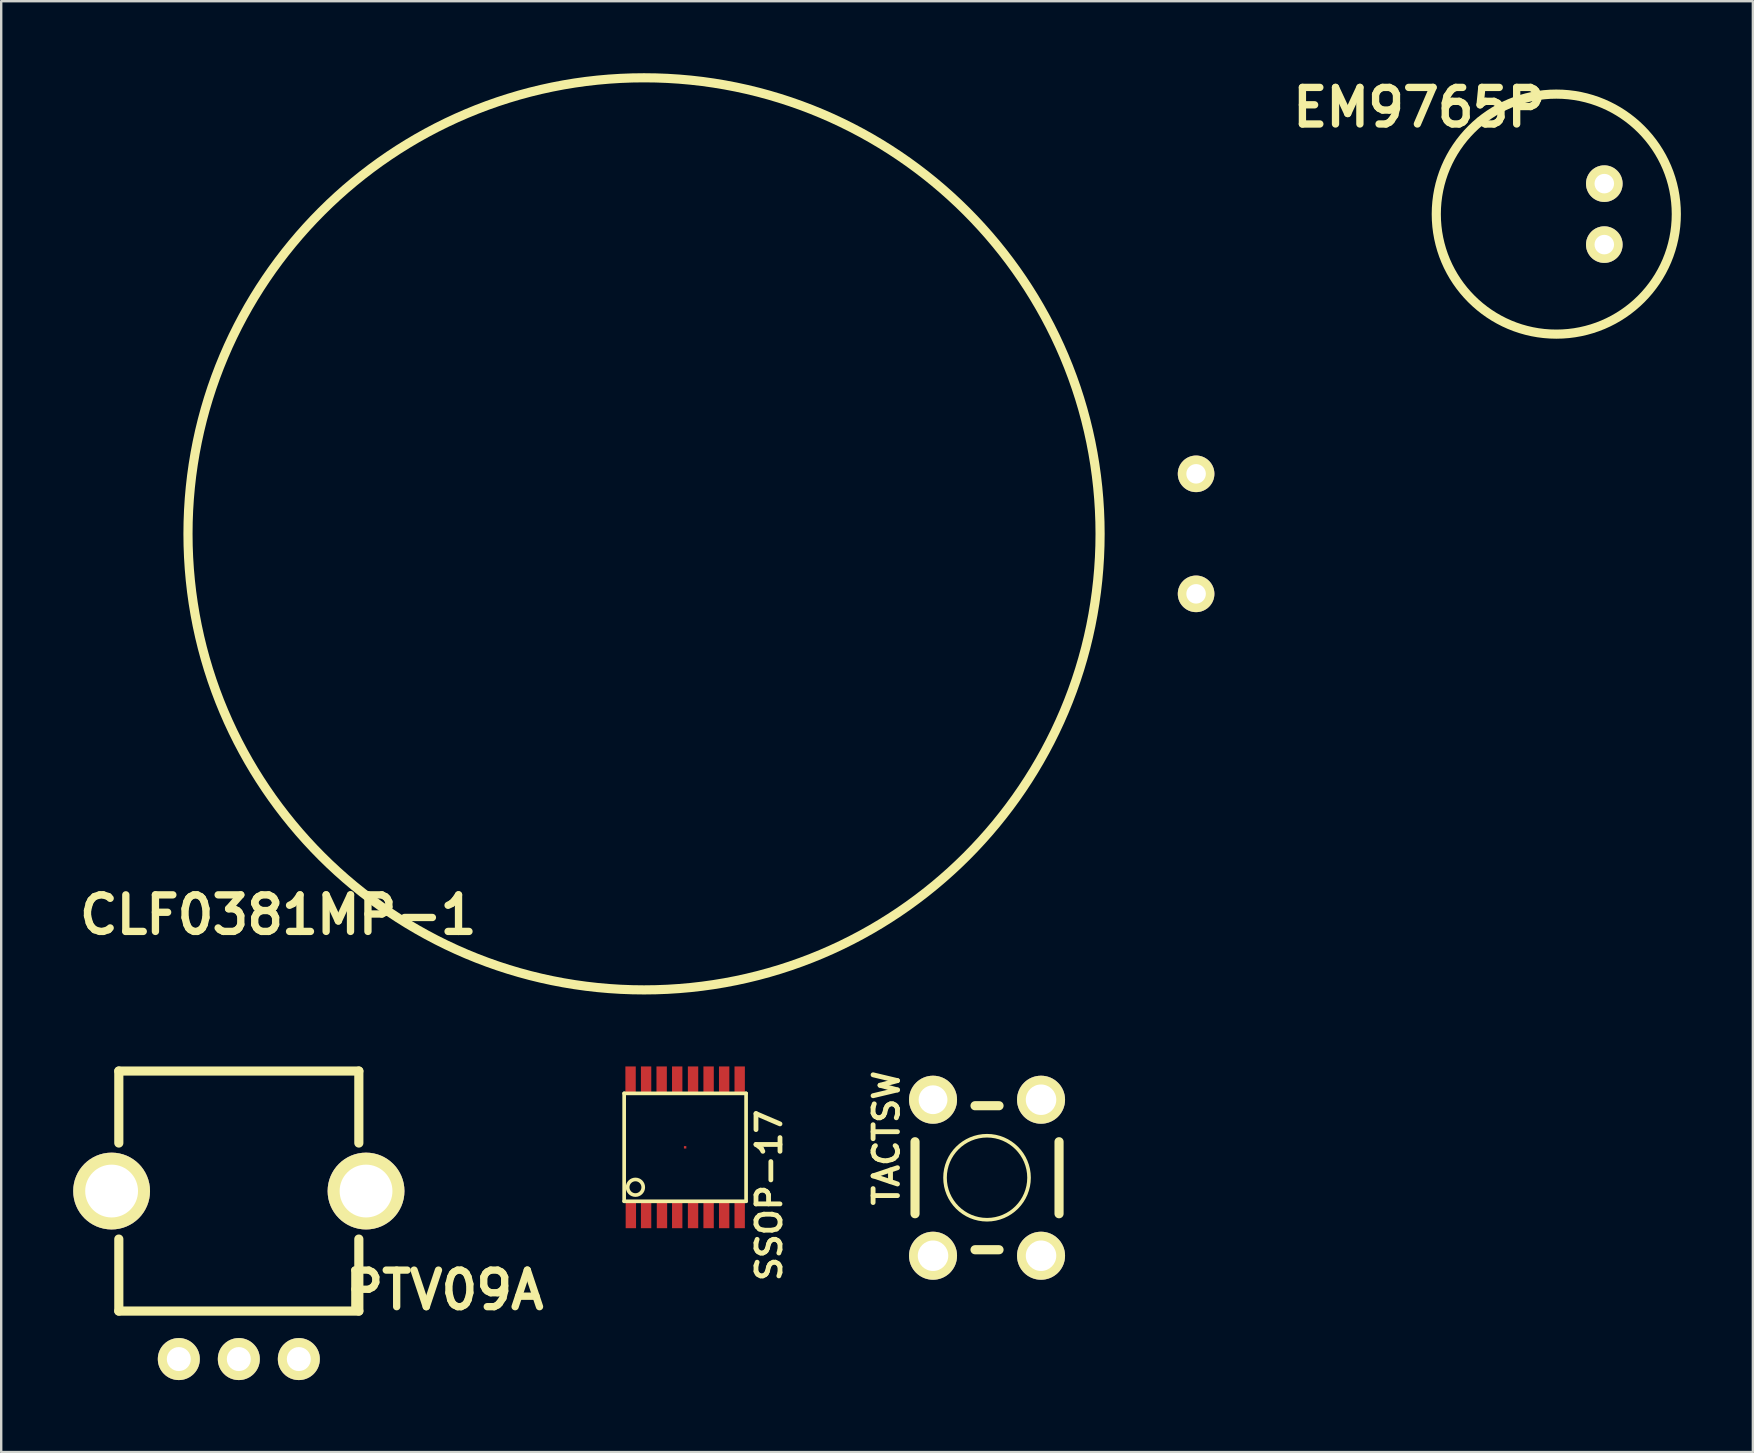
<source format=kicad_pcb>
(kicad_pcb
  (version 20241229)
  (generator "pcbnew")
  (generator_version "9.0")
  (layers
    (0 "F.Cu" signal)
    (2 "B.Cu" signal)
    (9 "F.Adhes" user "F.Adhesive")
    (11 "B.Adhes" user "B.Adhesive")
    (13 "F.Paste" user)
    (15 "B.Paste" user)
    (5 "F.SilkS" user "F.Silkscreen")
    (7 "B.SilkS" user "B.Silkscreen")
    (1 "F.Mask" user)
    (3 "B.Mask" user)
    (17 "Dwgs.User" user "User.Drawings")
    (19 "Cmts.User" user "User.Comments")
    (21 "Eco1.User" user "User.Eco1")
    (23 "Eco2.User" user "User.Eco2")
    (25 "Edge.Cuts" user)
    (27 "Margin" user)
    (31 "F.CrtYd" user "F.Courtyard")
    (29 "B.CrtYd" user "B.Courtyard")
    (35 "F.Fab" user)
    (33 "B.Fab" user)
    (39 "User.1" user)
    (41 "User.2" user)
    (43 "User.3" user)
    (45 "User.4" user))
  (footprint "PTV09A"
    (placed yes)
    (layer "F.Cu")
    (at 6.9 46.572)
    (property "Reference" "PTV09A" (at 8.572 4.128 0) (layer "F.SilkS") (effects (font (size 1.524 1.524) (thickness 0.305))))
    (attr through_hole)
    (fp_line (start -5 -5) (end 5 -5) (stroke (width 0.381) (type solid)) (layer "F.SilkS"))
    (fp_line (start -5 -2) (end -5 -5) (stroke (width 0.381) (type solid)) (layer "F.SilkS"))
    (fp_line (start -5 5) (end -5 2) (stroke (width 0.381) (type solid)) (layer "F.SilkS"))
    (fp_line (start 5 -5) (end 5 -2) (stroke (width 0.381) (type solid)) (layer "F.SilkS"))
    (fp_line (start 5 2) (end 5 5) (stroke (width 0.381) (type solid)) (layer "F.SilkS"))
    (fp_line (start 5 5) (end -5 5) (stroke (width 0.381) (type solid)) (layer "F.SilkS"))
    (pad "1" thru_hole circle (at -2.5 7) (size 1.75 1.75) (drill 1) (layers "*.Cu" "*.Mask" "F.SilkS"))
    (pad "2" thru_hole circle (at 0 7) (size 1.75 1.75) (drill 1) (layers "*.Cu" "*.Mask" "F.SilkS"))
    (pad "3" thru_hole circle (at 2.5 7) (size 1.75 1.75) (drill 1) (layers "*.Cu" "*.Mask" "F.SilkS"))
    (pad "4" thru_hole circle (at 5.3 0) (size 3.2 3.2) (drill 2.2) (layers "*.Cu" "*.Mask" "F.SilkS"))
    (pad "5" thru_hole circle (at -5.3 0) (size 3.2 3.2) (drill 2.2) (layers "*.Cu" "*.Mask" "F.SilkS")))
  (footprint "EM9765P"
    (placed yes)
    (layer "F.Cu")
    (at 61.789 5.871)
    (property "Reference" "EM9765P" (at -5.715 -4.445 0) (layer "F.SilkS") (effects (font (size 1.524 1.524) (thickness 0.305))))
    (attr through_hole)
    (fp_circle (center 0 0) (end 0 -5) (stroke (width 0.381) (type solid)) (fill no) (layer "F.SilkS"))
    (pad "1" thru_hole circle (at 2 -1.27) (size 1.524 1.524) (drill 0.813) (layers "*.Cu" "*.Mask" "F.SilkS"))
    (pad "2" thru_hole circle (at 2 1.27) (size 1.524 1.524) (drill 0.813) (layers "*.Cu" "*.Mask" "F.SilkS")))
  (footprint "CLF0381MP-1"
    (placed yes)
    (layer "F.Cu")
    (at 23.782 19.191)
    (property "Reference" "CLF0381MP-1" (at -15.24 15.875 0) (layer "F.SilkS") (effects (font (size 1.524 1.524) (thickness 0.305))))
    (attr through_hole)
    (fp_circle (center 0 0) (end 19 0) (stroke (width 0.381) (type solid)) (fill no) (layer "F.SilkS"))
    (pad "1" thru_hole circle (at 23 -2.5) (size 1.524 1.524) (drill 0.813) (layers "*.Cu" "*.Mask" "F.SilkS"))
    (pad "2" thru_hole circle (at 23 2.5) (size 1.524 1.524) (drill 0.813) (layers "*.Cu" "*.Mask" "F.SilkS")))
  (footprint "SSOP-17"
    (layer "F.Cu")
    (at 25.494 44.75)
    (property "Reference" "SSOP-17" (at 3.5 2 90) (layer "F.SilkS") (effects (font (size 1 1) (thickness 0.2))))
    (attr smd)
    (fp_line (start -2.54 -2.248) (end -2.54 2.248) (stroke (width 0.152) (type solid)) (layer "F.SilkS"))
    (fp_line (start -2.54 2.248) (end 2.54 2.248) (stroke (width 0.152) (type solid)) (layer "F.SilkS"))
    (fp_line (start 2.54 -2.248) (end -2.54 -2.248) (stroke (width 0.152) (type solid)) (layer "F.SilkS"))
    (fp_line (start 2.54 2.248) (end 2.54 -2.248) (stroke (width 0.152) (type solid)) (layer "F.SilkS"))
    (fp_circle (center -2.07 1.664) (end -2.273 1.918) (stroke (width 0.152) (type solid)) (fill no) (layer "F.SilkS"))
    (pad "1" smd rect (at -2.261 2.794) (size 0.432 1.151) (layers "F.Cu" "F.Mask" "F.Paste"))
    (pad "2" smd rect (at -1.626 2.794) (size 0.432 1.151) (layers "F.Cu" "F.Mask" "F.Paste"))
    (pad "3" smd rect (at -0.965 2.794) (size 0.432 1.151) (layers "F.Cu" "F.Mask" "F.Paste"))
    (pad "4" smd rect (at -0.33 2.794) (size 0.432 1.151) (layers "F.Cu" "F.Mask" "F.Paste"))
    (pad "5" smd rect (at 0 0) (size 0.1 0.1) (layers "F.Cu" "F.Mask" "F.Paste"))
    (pad "5" smd rect (at 0.33 2.794) (size 0.432 1.151) (layers "F.Cu" "F.Mask" "F.Paste"))
    (pad "6" smd rect (at 0.978 2.794) (size 0.432 1.151) (layers "F.Cu" "F.Mask" "F.Paste"))
    (pad "7" smd rect (at 1.626 2.794) (size 0.432 1.151) (layers "F.Cu" "F.Mask" "F.Paste"))
    (pad "8" smd rect (at 2.273 2.794) (size 0.432 1.151) (layers "F.Cu" "F.Mask" "F.Paste"))
    (pad "9" smd rect (at 2.273 -2.794) (size 0.432 1.151) (layers "F.Cu" "F.Mask" "F.Paste"))
    (pad "10" smd rect (at 1.626 -2.794) (size 0.432 1.151) (layers "F.Cu" "F.Mask" "F.Paste"))
    (pad "11" smd rect (at 0.978 -2.794) (size 0.432 1.151) (layers "F.Cu" "F.Mask" "F.Paste"))
    (pad "12" smd rect (at 0.33 -2.794) (size 0.432 1.151) (layers "F.Cu" "F.Mask" "F.Paste"))
    (pad "13" smd rect (at -0.33 -2.794) (size 0.432 1.151) (layers "F.Cu" "F.Mask" "F.Paste"))
    (pad "14" smd rect (at -0.978 -2.794) (size 0.432 1.151) (layers "F.Cu" "F.Mask" "F.Paste"))
    (pad "15" smd rect (at -1.626 -2.794) (size 0.432 1.151) (layers "F.Cu" "F.Mask" "F.Paste"))
    (pad "16" smd rect (at -2.273 -2.794) (size 0.432 1.151) (layers "F.Cu" "F.Mask" "F.Paste")))
  (footprint "TACTSW"
    (layer "F.Cu")
    (at 38.072 46.017)
    (property "Reference" "TACTSW" (at -4.191 -1.651 90) (layer "F.SilkS") (effects (font (size 1.016 1.016) (thickness 0.203))))
    (attr through_hole)
    (fp_line (start -3 -1.5) (end -3 1.5) (stroke (width 0.381) (type solid)) (layer "F.SilkS"))
    (fp_line (start -0.5 -3) (end 0.5 -3) (stroke (width 0.381) (type solid)) (layer "F.SilkS"))
    (fp_line (start -0.5 3) (end 0.5 3) (stroke (width 0.381) (type solid)) (layer "F.SilkS"))
    (fp_line (start 3 -1.5) (end 3 1.5) (stroke (width 0.381) (type solid)) (layer "F.SilkS"))
    (fp_circle (center 0 0) (end 0 1.75) (stroke (width 0.15) (type solid)) (fill no) (layer "F.SilkS"))
    (pad "1" thru_hole circle (at -2.25 -3.25) (size 2 2) (drill 1.2) (layers "*.Cu" "*.Mask" "F.SilkS"))
    (pad "2" thru_hole circle (at -2.25 3.25) (size 2 2) (drill 1.27) (layers "*.Cu" "*.Mask" "F.SilkS"))
    (pad "3" thru_hole circle (at 2.25 3.25) (size 2 2) (drill 1.27) (layers "*.Cu" "*.Mask" "F.SilkS"))
    (pad "4" thru_hole circle (at 2.25 -3.25) (size 2 2) (drill 1.27) (layers "*.Cu" "*.Mask" "F.SilkS")))
  (gr_rect
    (start -3 -3)
    (end 69.979 57.447)
    (stroke (width 0.1) (type default))
    (fill no)
    (layer "Edge.Cuts")))
</source>
